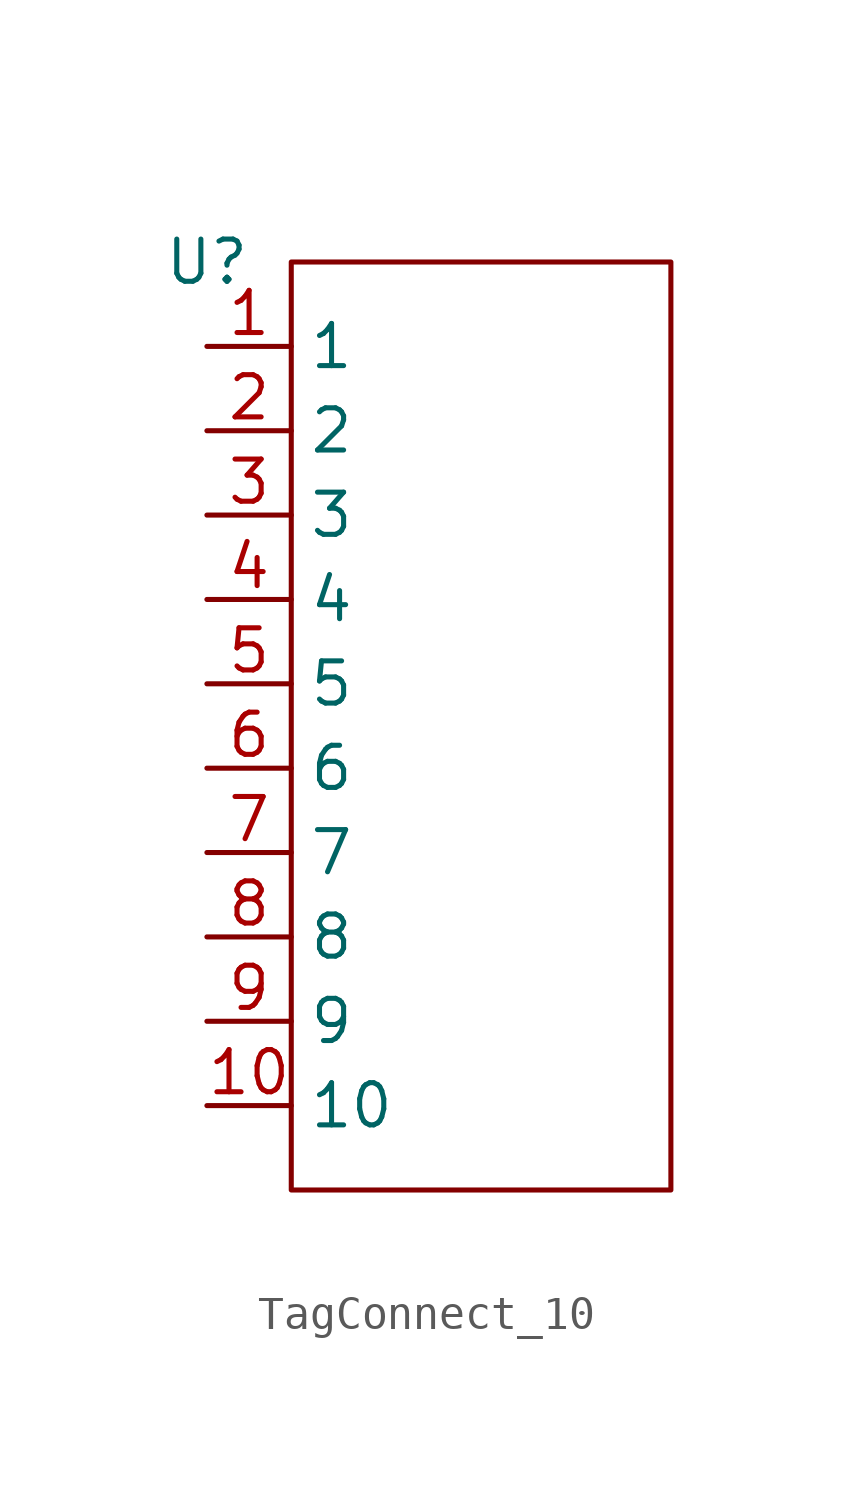
<source format=kicad_sym>
(kicad_symbol_lib
  (version 20211014)
  (generator kicad_symbol_editor)
  (symbol "TagConnect_10"
    (property "Reference" "U"
      (at 0 0 0)
      (effects (font (size 1.27 1.27))))
    (symbol "TagConnect_10_0_0"
      (pin unspecified line (at 0 -2.54 0) (length 2.54) (name "1" (effects (font (size 1.27 1.27)))) (number "1" (effects (font (size 1.27 1.27)))))
      (pin unspecified line (at 0 -25.4 0) (length 2.54) (name "10" (effects (font (size 1.27 1.27)))) (number "10" (effects (font (size 1.27 1.27)))))
      (pin unspecified line (at 0 -5.08 0) (length 2.54) (name "2" (effects (font (size 1.27 1.27)))) (number "2" (effects (font (size 1.27 1.27)))))
      (pin unspecified line (at 0 -7.62 0) (length 2.54) (name "3" (effects (font (size 1.27 1.27)))) (number "3" (effects (font (size 1.27 1.27)))))
      (pin unspecified line (at 0 -10.16 0) (length 2.54) (name "4" (effects (font (size 1.27 1.27)))) (number "4" (effects (font (size 1.27 1.27)))))
      (pin unspecified line (at 0 -12.7 0) (length 2.54) (name "5" (effects (font (size 1.27 1.27)))) (number "5" (effects (font (size 1.27 1.27)))))
      (pin unspecified line (at 0 -15.24 0) (length 2.54) (name "6" (effects (font (size 1.27 1.27)))) (number "6" (effects (font (size 1.27 1.27)))))
      (pin unspecified line (at 0 -17.78 0) (length 2.54) (name "7" (effects (font (size 1.27 1.27)))) (number "7" (effects (font (size 1.27 1.27)))))
      (pin unspecified line (at 0 -20.32 0) (length 2.54) (name "8" (effects (font (size 1.27 1.27)))) (number "8" (effects (font (size 1.27 1.27)))))
      (pin unspecified line (at 0 -22.86 0) (length 2.54) (name "9" (effects (font (size 1.27 1.27)))) (number "9" (effects (font (size 1.27 1.27))))))
    (symbol "TagConnect_10_0_1"
      (rectangle (start 2.54 0) (end 13.97 -27.94) (stroke (width 0) (type default) (color 0 0 0 0)) (fill (type none))))))
</source>
